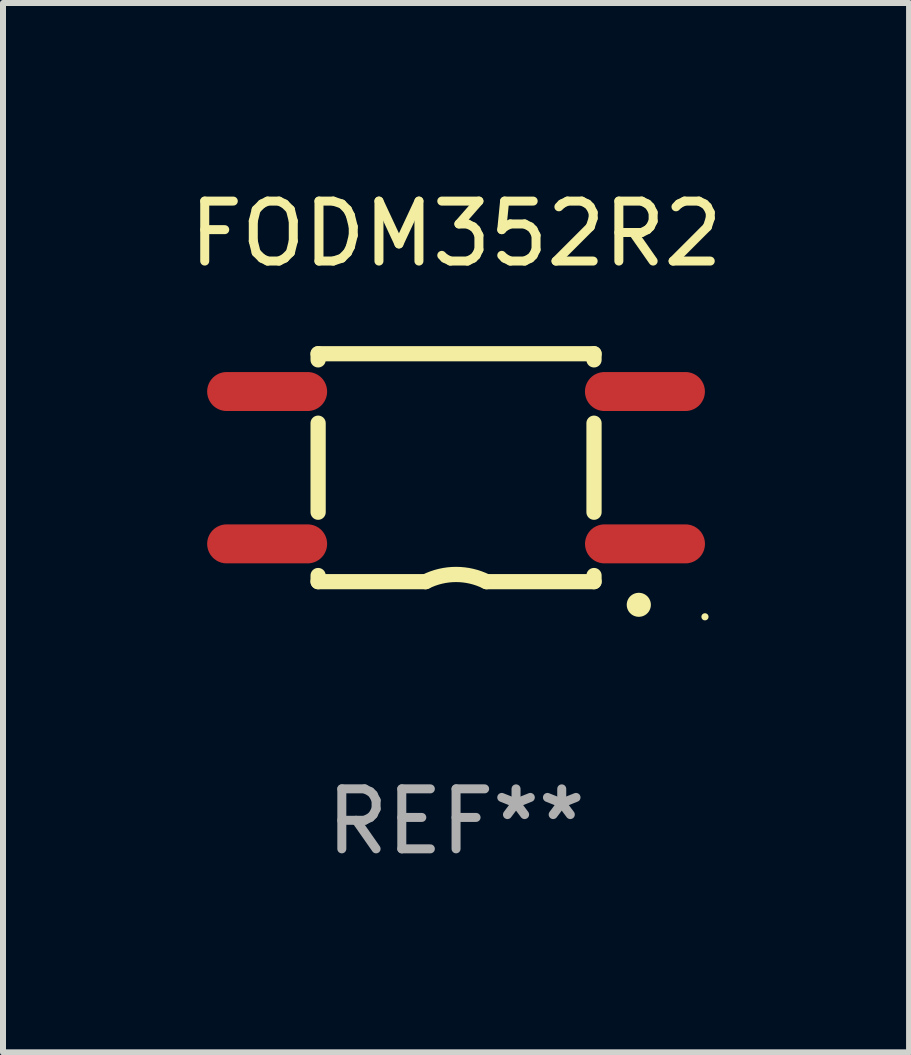
<source format=kicad_pcb>
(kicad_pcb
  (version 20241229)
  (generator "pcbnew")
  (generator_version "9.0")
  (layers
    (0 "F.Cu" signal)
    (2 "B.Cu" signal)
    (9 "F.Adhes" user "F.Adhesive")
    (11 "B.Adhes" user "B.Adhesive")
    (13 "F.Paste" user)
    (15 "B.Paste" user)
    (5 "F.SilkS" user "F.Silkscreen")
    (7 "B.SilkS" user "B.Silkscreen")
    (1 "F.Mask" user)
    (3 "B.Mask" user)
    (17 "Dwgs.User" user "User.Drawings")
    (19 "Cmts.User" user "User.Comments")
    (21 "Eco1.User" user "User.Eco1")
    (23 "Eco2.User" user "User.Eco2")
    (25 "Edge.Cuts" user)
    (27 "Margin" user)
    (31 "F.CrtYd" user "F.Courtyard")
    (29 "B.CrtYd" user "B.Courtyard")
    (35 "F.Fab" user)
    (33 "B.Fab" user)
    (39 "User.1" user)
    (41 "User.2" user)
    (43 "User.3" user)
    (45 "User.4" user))
  (footprint "FODM352R2"
    (layer "F.Cu")
    (at 4.554 4.748)
    (property "Reference" "FODM352R2" (at 0 -3.9 0) (layer "F.SilkS") (effects (font (size 1 1) (thickness 0.15))))
    (attr through_hole)
    (fp_line (start -2.3 -1.9) (end 2.3 -1.9) (stroke (width 0.254) (type solid)) (layer "F.SilkS"))
    (fp_line (start -2.3 -1.798) (end -2.3 -1.9) (stroke (width 0.254) (type solid)) (layer "F.SilkS"))
    (fp_line (start -2.3 0.742) (end -2.3 -0.742) (stroke (width 0.254) (type solid)) (layer "F.SilkS"))
    (fp_line (start -2.3 1.9) (end -2.3 1.798) (stroke (width 0.254) (type solid)) (layer "F.SilkS"))
    (fp_line (start -2.3 1.9) (end -0.508 1.9) (stroke (width 0.254) (type solid)) (layer "F.SilkS"))
    (fp_line (start 2.3 -1.798) (end 2.3 -1.9) (stroke (width 0.254) (type solid)) (layer "F.SilkS"))
    (fp_line (start 2.3 0.742) (end 2.3 -0.742) (stroke (width 0.254) (type solid)) (layer "F.SilkS"))
    (fp_line (start 2.3 1.9) (end 0.508 1.9) (stroke (width 0.254) (type solid)) (layer "F.SilkS"))
    (fp_line (start 2.3 1.9) (end 2.3 1.798) (stroke (width 0.254) (type solid)) (layer "F.SilkS"))
    (fp_arc (start -0.508001 1.899975) (mid -0.000133 1.780049) (end 0.507747 1.899924) (stroke (width 0.254001) (type solid)) (layer "F.SilkS"))
    (fp_arc (start 3.045466 2.286005) (mid 3.046736 2.286) (end 3.048006 2.286005) (stroke (width 0.4) (type solid)) (layer "F.SilkS"))
    (fp_circle (center 4.15 2.486) (end 4.18 2.486) (stroke (width 0.06) (type solid)) (fill no) (layer "F.SilkS"))
    (fp_text user "REF**" (at 0 5.9 0) (layer "F.Fab") (effects (font (size 1 1) (thickness 0.15))))
    (pad "1" smd oval (at 3.15 1.27 270) (size 0.65 2) (layers "F.Cu" "F.Mask" "F.Paste"))
    (pad "2" smd oval (at 3.149 -1.27 270) (size 0.65 2) (layers "F.Cu" "F.Mask" "F.Paste"))
    (pad "3" smd oval (at -3.15 -1.27 270) (size 0.65 2) (layers "F.Cu" "F.Mask" "F.Paste"))
    (pad "4" smd oval (at -3.15 1.27 270) (size 0.65 2) (layers "F.Cu" "F.Mask" "F.Paste")))
  (gr_rect
    (start -3 -3)
    (end 12.107 14.496)
    (stroke (width 0.1) (type default))
    (fill no)
    (layer "Edge.Cuts")))
</source>
